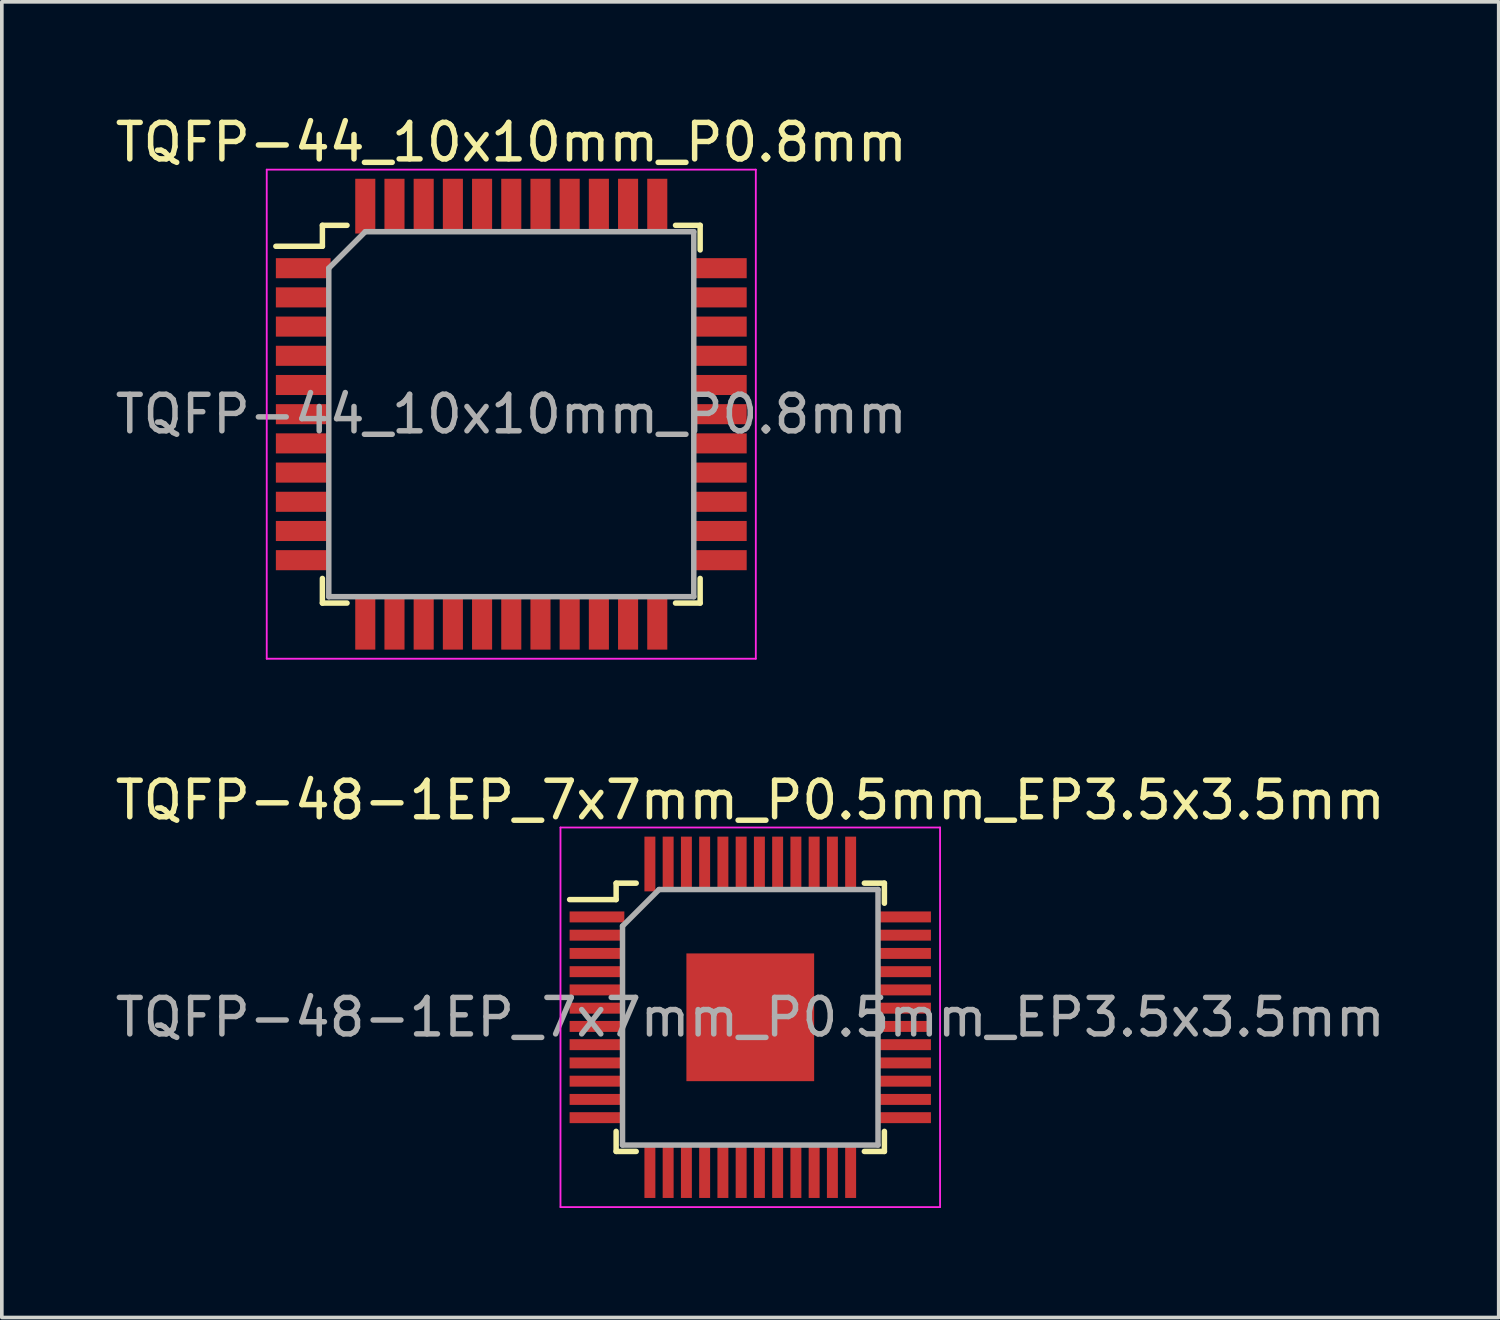
<source format=kicad_pcb>
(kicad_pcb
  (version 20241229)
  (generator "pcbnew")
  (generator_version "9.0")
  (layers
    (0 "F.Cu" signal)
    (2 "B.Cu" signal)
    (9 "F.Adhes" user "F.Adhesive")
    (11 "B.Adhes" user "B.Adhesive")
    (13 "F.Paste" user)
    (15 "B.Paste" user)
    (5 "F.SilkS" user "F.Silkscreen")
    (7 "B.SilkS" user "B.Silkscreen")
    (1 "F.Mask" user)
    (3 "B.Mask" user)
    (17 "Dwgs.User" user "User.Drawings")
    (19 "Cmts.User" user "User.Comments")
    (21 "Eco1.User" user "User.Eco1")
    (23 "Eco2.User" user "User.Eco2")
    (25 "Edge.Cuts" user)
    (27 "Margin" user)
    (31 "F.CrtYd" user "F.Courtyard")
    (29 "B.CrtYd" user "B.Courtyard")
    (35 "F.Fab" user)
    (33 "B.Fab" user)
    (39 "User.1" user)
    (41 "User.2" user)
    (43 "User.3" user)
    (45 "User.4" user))
  (footprint "TQFP-48-1EP_7x7mm_P0.5mm_EP3.5x3.5mm"
    (layer "F.Cu")
    (at 17.506 24.822)
    (property "Reference" "TQFP-48-1EP_7x7mm_P0.5mm_EP3.5x3.5mm" (at 0 -5.95 0) (layer "F.SilkS") (effects (font (size 1 1) (thickness 0.15))))
    (attr smd)
    (fp_line (start -3.675 -3.675) (end -3.675 -3.225) (stroke (width 0.15) (type solid)) (layer "F.SilkS"))
    (fp_line (start -3.675 -3.675) (end -3.125 -3.675) (stroke (width 0.15) (type solid)) (layer "F.SilkS"))
    (fp_line (start -3.675 -3.225) (end -4.95 -3.225) (stroke (width 0.15) (type solid)) (layer "F.SilkS"))
    (fp_line (start -3.675 3.675) (end -3.675 3.125) (stroke (width 0.15) (type solid)) (layer "F.SilkS"))
    (fp_line (start -3.675 3.675) (end -3.125 3.675) (stroke (width 0.15) (type solid)) (layer "F.SilkS"))
    (fp_line (start 3.675 -3.675) (end 3.125 -3.675) (stroke (width 0.15) (type solid)) (layer "F.SilkS"))
    (fp_line (start 3.675 -3.675) (end 3.675 -3.125) (stroke (width 0.15) (type solid)) (layer "F.SilkS"))
    (fp_line (start 3.675 3.675) (end 3.125 3.675) (stroke (width 0.15) (type solid)) (layer "F.SilkS"))
    (fp_line (start 3.675 3.675) (end 3.675 3.125) (stroke (width 0.15) (type solid)) (layer "F.SilkS"))
    (fp_line (start -5.2 -5.2) (end -5.2 5.2) (stroke (width 0.05) (type solid)) (layer "F.CrtYd"))
    (fp_line (start -5.2 -5.2) (end 5.2 -5.2) (stroke (width 0.05) (type solid)) (layer "F.CrtYd"))
    (fp_line (start -5.2 5.2) (end 5.2 5.2) (stroke (width 0.05) (type solid)) (layer "F.CrtYd"))
    (fp_line (start 5.2 -5.2) (end 5.2 5.2) (stroke (width 0.05) (type solid)) (layer "F.CrtYd"))
    (fp_line (start -3.5 -2.5) (end -2.5 -3.5) (stroke (width 0.15) (type solid)) (layer "F.Fab"))
    (fp_line (start -3.5 3.5) (end -3.5 -2.5) (stroke (width 0.15) (type solid)) (layer "F.Fab"))
    (fp_line (start -2.5 -3.5) (end 3.5 -3.5) (stroke (width 0.15) (type solid)) (layer "F.Fab"))
    (fp_line (start 3.5 -3.5) (end 3.5 3.5) (stroke (width 0.15) (type solid)) (layer "F.Fab"))
    (fp_line (start 3.5 3.5) (end -3.5 3.5) (stroke (width 0.15) (type solid)) (layer "F.Fab"))
    (fp_text user "${REFERENCE}" (at 0 0 0) (layer "F.Fab") (effects (font (size 1 1) (thickness 0.15))))
    (pad "" smd rect (at -0.875 -0.875) (size 1.35 1.35) (layers "F.Paste"))
    (pad "" smd rect (at -0.875 0.875) (size 1.35 1.35) (layers "F.Paste"))
    (pad "" smd rect (at 0.875 -0.875) (size 1.35 1.35) (layers "F.Paste"))
    (pad "" smd rect (at 0.875 0.875) (size 1.35 1.35) (layers "F.Paste"))
    (pad "1" smd rect (at -4.2 -2.75) (size 1.5 0.3) (layers "F.Cu" "F.Mask" "F.Paste"))
    (pad "2" smd rect (at -4.2 -2.25) (size 1.5 0.3) (layers "F.Cu" "F.Mask" "F.Paste"))
    (pad "3" smd rect (at -4.2 -1.75) (size 1.5 0.3) (layers "F.Cu" "F.Mask" "F.Paste"))
    (pad "4" smd rect (at -4.2 -1.25) (size 1.5 0.3) (layers "F.Cu" "F.Mask" "F.Paste"))
    (pad "5" smd rect (at -4.2 -0.75) (size 1.5 0.3) (layers "F.Cu" "F.Mask" "F.Paste"))
    (pad "6" smd rect (at -4.2 -0.25) (size 1.5 0.3) (layers "F.Cu" "F.Mask" "F.Paste"))
    (pad "7" smd rect (at -4.2 0.25) (size 1.5 0.3) (layers "F.Cu" "F.Mask" "F.Paste"))
    (pad "8" smd rect (at -4.2 0.75) (size 1.5 0.3) (layers "F.Cu" "F.Mask" "F.Paste"))
    (pad "9" smd rect (at -4.2 1.25) (size 1.5 0.3) (layers "F.Cu" "F.Mask" "F.Paste"))
    (pad "10" smd rect (at -4.2 1.75) (size 1.5 0.3) (layers "F.Cu" "F.Mask" "F.Paste"))
    (pad "11" smd rect (at -4.2 2.25) (size 1.5 0.3) (layers "F.Cu" "F.Mask" "F.Paste"))
    (pad "12" smd rect (at -4.2 2.75) (size 1.5 0.3) (layers "F.Cu" "F.Mask" "F.Paste"))
    (pad "13" smd rect (at -2.75 4.2 90) (size 1.5 0.3) (layers "F.Cu" "F.Mask" "F.Paste"))
    (pad "14" smd rect (at -2.25 4.2 90) (size 1.5 0.3) (layers "F.Cu" "F.Mask" "F.Paste"))
    (pad "15" smd rect (at -1.75 4.2 90) (size 1.5 0.3) (layers "F.Cu" "F.Mask" "F.Paste"))
    (pad "16" smd rect (at -1.25 4.2 90) (size 1.5 0.3) (layers "F.Cu" "F.Mask" "F.Paste"))
    (pad "17" smd rect (at -0.75 4.2 90) (size 1.5 0.3) (layers "F.Cu" "F.Mask" "F.Paste"))
    (pad "18" smd rect (at -0.25 4.2 90) (size 1.5 0.3) (layers "F.Cu" "F.Mask" "F.Paste"))
    (pad "19" smd rect (at 0.25 4.2 90) (size 1.5 0.3) (layers "F.Cu" "F.Mask" "F.Paste"))
    (pad "20" smd rect (at 0.75 4.2 90) (size 1.5 0.3) (layers "F.Cu" "F.Mask" "F.Paste"))
    (pad "21" smd rect (at 1.25 4.2 90) (size 1.5 0.3) (layers "F.Cu" "F.Mask" "F.Paste"))
    (pad "22" smd rect (at 1.75 4.2 90) (size 1.5 0.3) (layers "F.Cu" "F.Mask" "F.Paste"))
    (pad "23" smd rect (at 2.25 4.2 90) (size 1.5 0.3) (layers "F.Cu" "F.Mask" "F.Paste"))
    (pad "24" smd rect (at 2.75 4.2 90) (size 1.5 0.3) (layers "F.Cu" "F.Mask" "F.Paste"))
    (pad "25" smd rect (at 4.2 2.75) (size 1.5 0.3) (layers "F.Cu" "F.Mask" "F.Paste"))
    (pad "26" smd rect (at 4.2 2.25) (size 1.5 0.3) (layers "F.Cu" "F.Mask" "F.Paste"))
    (pad "27" smd rect (at 4.2 1.75) (size 1.5 0.3) (layers "F.Cu" "F.Mask" "F.Paste"))
    (pad "28" smd rect (at 4.2 1.25) (size 1.5 0.3) (layers "F.Cu" "F.Mask" "F.Paste"))
    (pad "29" smd rect (at 4.2 0.75) (size 1.5 0.3) (layers "F.Cu" "F.Mask" "F.Paste"))
    (pad "30" smd rect (at 4.2 0.25) (size 1.5 0.3) (layers "F.Cu" "F.Mask" "F.Paste"))
    (pad "31" smd rect (at 4.2 -0.25) (size 1.5 0.3) (layers "F.Cu" "F.Mask" "F.Paste"))
    (pad "32" smd rect (at 4.2 -0.75) (size 1.5 0.3) (layers "F.Cu" "F.Mask" "F.Paste"))
    (pad "33" smd rect (at 4.2 -1.25) (size 1.5 0.3) (layers "F.Cu" "F.Mask" "F.Paste"))
    (pad "34" smd rect (at 4.2 -1.75) (size 1.5 0.3) (layers "F.Cu" "F.Mask" "F.Paste"))
    (pad "35" smd rect (at 4.2 -2.25) (size 1.5 0.3) (layers "F.Cu" "F.Mask" "F.Paste"))
    (pad "36" smd rect (at 4.2 -2.75) (size 1.5 0.3) (layers "F.Cu" "F.Mask" "F.Paste"))
    (pad "37" smd rect (at 2.75 -4.2 90) (size 1.5 0.3) (layers "F.Cu" "F.Mask" "F.Paste"))
    (pad "38" smd rect (at 2.25 -4.2 90) (size 1.5 0.3) (layers "F.Cu" "F.Mask" "F.Paste"))
    (pad "39" smd rect (at 1.75 -4.2 90) (size 1.5 0.3) (layers "F.Cu" "F.Mask" "F.Paste"))
    (pad "40" smd rect (at 1.25 -4.2 90) (size 1.5 0.3) (layers "F.Cu" "F.Mask" "F.Paste"))
    (pad "41" smd rect (at 0.75 -4.2 90) (size 1.5 0.3) (layers "F.Cu" "F.Mask" "F.Paste"))
    (pad "42" smd rect (at 0.25 -4.2 90) (size 1.5 0.3) (layers "F.Cu" "F.Mask" "F.Paste"))
    (pad "43" smd rect (at -0.25 -4.2 90) (size 1.5 0.3) (layers "F.Cu" "F.Mask" "F.Paste"))
    (pad "44" smd rect (at -0.75 -4.2 90) (size 1.5 0.3) (layers "F.Cu" "F.Mask" "F.Paste"))
    (pad "45" smd rect (at -1.25 -4.2 90) (size 1.5 0.3) (layers "F.Cu" "F.Mask" "F.Paste"))
    (pad "46" smd rect (at -1.75 -4.2 90) (size 1.5 0.3) (layers "F.Cu" "F.Mask" "F.Paste"))
    (pad "47" smd rect (at -2.25 -4.2 90) (size 1.5 0.3) (layers "F.Cu" "F.Mask" "F.Paste"))
    (pad "48" smd rect (at -2.75 -4.2 90) (size 1.5 0.3) (layers "F.Cu" "F.Mask" "F.Paste"))
    (pad "49" smd rect (at 0 0) (size 3.5 3.5) (layers "F.Cu" "F.Mask")))
  (footprint "TQFP-44_10x10mm_P0.8mm"
    (layer "F.Cu")
    (at 10.958 8.298)
    (property "Reference" "TQFP-44_10x10mm_P0.8mm" (at 0 -7.45 0) (layer "F.SilkS") (effects (font (size 1 1) (thickness 0.15))))
    (attr smd)
    (fp_line (start -5.175 -5.175) (end -5.175 -4.6) (stroke (width 0.15) (type solid)) (layer "F.SilkS"))
    (fp_line (start -5.175 -5.175) (end -4.5 -5.175) (stroke (width 0.15) (type solid)) (layer "F.SilkS"))
    (fp_line (start -5.175 -4.6) (end -6.45 -4.6) (stroke (width 0.15) (type solid)) (layer "F.SilkS"))
    (fp_line (start -5.175 5.175) (end -5.175 4.5) (stroke (width 0.15) (type solid)) (layer "F.SilkS"))
    (fp_line (start -5.175 5.175) (end -4.5 5.175) (stroke (width 0.15) (type solid)) (layer "F.SilkS"))
    (fp_line (start 5.175 -5.175) (end 4.5 -5.175) (stroke (width 0.15) (type solid)) (layer "F.SilkS"))
    (fp_line (start 5.175 -5.175) (end 5.175 -4.5) (stroke (width 0.15) (type solid)) (layer "F.SilkS"))
    (fp_line (start 5.175 5.175) (end 4.5 5.175) (stroke (width 0.15) (type solid)) (layer "F.SilkS"))
    (fp_line (start 5.175 5.175) (end 5.175 4.5) (stroke (width 0.15) (type solid)) (layer "F.SilkS"))
    (fp_line (start -6.7 -6.7) (end -6.7 6.7) (stroke (width 0.05) (type solid)) (layer "F.CrtYd"))
    (fp_line (start -6.7 -6.7) (end 6.7 -6.7) (stroke (width 0.05) (type solid)) (layer "F.CrtYd"))
    (fp_line (start -6.7 6.7) (end 6.7 6.7) (stroke (width 0.05) (type solid)) (layer "F.CrtYd"))
    (fp_line (start 6.7 -6.7) (end 6.7 6.7) (stroke (width 0.05) (type solid)) (layer "F.CrtYd"))
    (fp_line (start -5 -4) (end -4 -5) (stroke (width 0.15) (type solid)) (layer "F.Fab"))
    (fp_line (start -5 5) (end -5 -4) (stroke (width 0.15) (type solid)) (layer "F.Fab"))
    (fp_line (start -4 -5) (end 5 -5) (stroke (width 0.15) (type solid)) (layer "F.Fab"))
    (fp_line (start 5 -5) (end 5 5) (stroke (width 0.15) (type solid)) (layer "F.Fab"))
    (fp_line (start 5 5) (end -5 5) (stroke (width 0.15) (type solid)) (layer "F.Fab"))
    (fp_text user "${REFERENCE}" (at 0 0 0) (layer "F.Fab") (effects (font (size 1 1) (thickness 0.15))))
    (pad "1" smd rect (at -5.7 -4) (size 1.5 0.55) (layers "F.Cu" "F.Mask" "F.Paste"))
    (pad "2" smd rect (at -5.7 -3.2) (size 1.5 0.55) (layers "F.Cu" "F.Mask" "F.Paste"))
    (pad "3" smd rect (at -5.7 -2.4) (size 1.5 0.55) (layers "F.Cu" "F.Mask" "F.Paste"))
    (pad "4" smd rect (at -5.7 -1.6) (size 1.5 0.55) (layers "F.Cu" "F.Mask" "F.Paste"))
    (pad "5" smd rect (at -5.7 -0.8) (size 1.5 0.55) (layers "F.Cu" "F.Mask" "F.Paste"))
    (pad "6" smd rect (at -5.7 0) (size 1.5 0.55) (layers "F.Cu" "F.Mask" "F.Paste"))
    (pad "7" smd rect (at -5.7 0.8) (size 1.5 0.55) (layers "F.Cu" "F.Mask" "F.Paste"))
    (pad "8" smd rect (at -5.7 1.6) (size 1.5 0.55) (layers "F.Cu" "F.Mask" "F.Paste"))
    (pad "9" smd rect (at -5.7 2.4) (size 1.5 0.55) (layers "F.Cu" "F.Mask" "F.Paste"))
    (pad "10" smd rect (at -5.7 3.2) (size 1.5 0.55) (layers "F.Cu" "F.Mask" "F.Paste"))
    (pad "11" smd rect (at -5.7 4) (size 1.5 0.55) (layers "F.Cu" "F.Mask" "F.Paste"))
    (pad "12" smd rect (at -4 5.7 90) (size 1.5 0.55) (layers "F.Cu" "F.Mask" "F.Paste"))
    (pad "13" smd rect (at -3.2 5.7 90) (size 1.5 0.55) (layers "F.Cu" "F.Mask" "F.Paste"))
    (pad "14" smd rect (at -2.4 5.7 90) (size 1.5 0.55) (layers "F.Cu" "F.Mask" "F.Paste"))
    (pad "15" smd rect (at -1.6 5.7 90) (size 1.5 0.55) (layers "F.Cu" "F.Mask" "F.Paste"))
    (pad "16" smd rect (at -0.8 5.7 90) (size 1.5 0.55) (layers "F.Cu" "F.Mask" "F.Paste"))
    (pad "17" smd rect (at 0 5.7 90) (size 1.5 0.55) (layers "F.Cu" "F.Mask" "F.Paste"))
    (pad "18" smd rect (at 0.8 5.7 90) (size 1.5 0.55) (layers "F.Cu" "F.Mask" "F.Paste"))
    (pad "19" smd rect (at 1.6 5.7 90) (size 1.5 0.55) (layers "F.Cu" "F.Mask" "F.Paste"))
    (pad "20" smd rect (at 2.4 5.7 90) (size 1.5 0.55) (layers "F.Cu" "F.Mask" "F.Paste"))
    (pad "21" smd rect (at 3.2 5.7 90) (size 1.5 0.55) (layers "F.Cu" "F.Mask" "F.Paste"))
    (pad "22" smd rect (at 4 5.7 90) (size 1.5 0.55) (layers "F.Cu" "F.Mask" "F.Paste"))
    (pad "23" smd rect (at 5.7 4) (size 1.5 0.55) (layers "F.Cu" "F.Mask" "F.Paste"))
    (pad "24" smd rect (at 5.7 3.2) (size 1.5 0.55) (layers "F.Cu" "F.Mask" "F.Paste"))
    (pad "25" smd rect (at 5.7 2.4) (size 1.5 0.55) (layers "F.Cu" "F.Mask" "F.Paste"))
    (pad "26" smd rect (at 5.7 1.6) (size 1.5 0.55) (layers "F.Cu" "F.Mask" "F.Paste"))
    (pad "27" smd rect (at 5.7 0.8) (size 1.5 0.55) (layers "F.Cu" "F.Mask" "F.Paste"))
    (pad "28" smd rect (at 5.7 0) (size 1.5 0.55) (layers "F.Cu" "F.Mask" "F.Paste"))
    (pad "29" smd rect (at 5.7 -0.8) (size 1.5 0.55) (layers "F.Cu" "F.Mask" "F.Paste"))
    (pad "30" smd rect (at 5.7 -1.6) (size 1.5 0.55) (layers "F.Cu" "F.Mask" "F.Paste"))
    (pad "31" smd rect (at 5.7 -2.4) (size 1.5 0.55) (layers "F.Cu" "F.Mask" "F.Paste"))
    (pad "32" smd rect (at 5.7 -3.2) (size 1.5 0.55) (layers "F.Cu" "F.Mask" "F.Paste"))
    (pad "33" smd rect (at 5.7 -4) (size 1.5 0.55) (layers "F.Cu" "F.Mask" "F.Paste"))
    (pad "34" smd rect (at 4 -5.7 90) (size 1.5 0.55) (layers "F.Cu" "F.Mask" "F.Paste"))
    (pad "35" smd rect (at 3.2 -5.7 90) (size 1.5 0.55) (layers "F.Cu" "F.Mask" "F.Paste"))
    (pad "36" smd rect (at 2.4 -5.7 90) (size 1.5 0.55) (layers "F.Cu" "F.Mask" "F.Paste"))
    (pad "37" smd rect (at 1.6 -5.7 90) (size 1.5 0.55) (layers "F.Cu" "F.Mask" "F.Paste"))
    (pad "38" smd rect (at 0.8 -5.7 90) (size 1.5 0.55) (layers "F.Cu" "F.Mask" "F.Paste"))
    (pad "39" smd rect (at 0 -5.7 90) (size 1.5 0.55) (layers "F.Cu" "F.Mask" "F.Paste"))
    (pad "40" smd rect (at -0.8 -5.7 90) (size 1.5 0.55) (layers "F.Cu" "F.Mask" "F.Paste"))
    (pad "41" smd rect (at -1.6 -5.7 90) (size 1.5 0.55) (layers "F.Cu" "F.Mask" "F.Paste"))
    (pad "42" smd rect (at -2.4 -5.7 90) (size 1.5 0.55) (layers "F.Cu" "F.Mask" "F.Paste"))
    (pad "43" smd rect (at -3.2 -5.7 90) (size 1.5 0.55) (layers "F.Cu" "F.Mask" "F.Paste"))
    (pad "44" smd rect (at -4 -5.7 90) (size 1.5 0.55) (layers "F.Cu" "F.Mask" "F.Paste")))
  (gr_rect
    (start -3 -3)
    (end 38.012 33.047)
    (stroke (width 0.1) (type default))
    (fill no)
    (layer "Edge.Cuts")))
</source>
